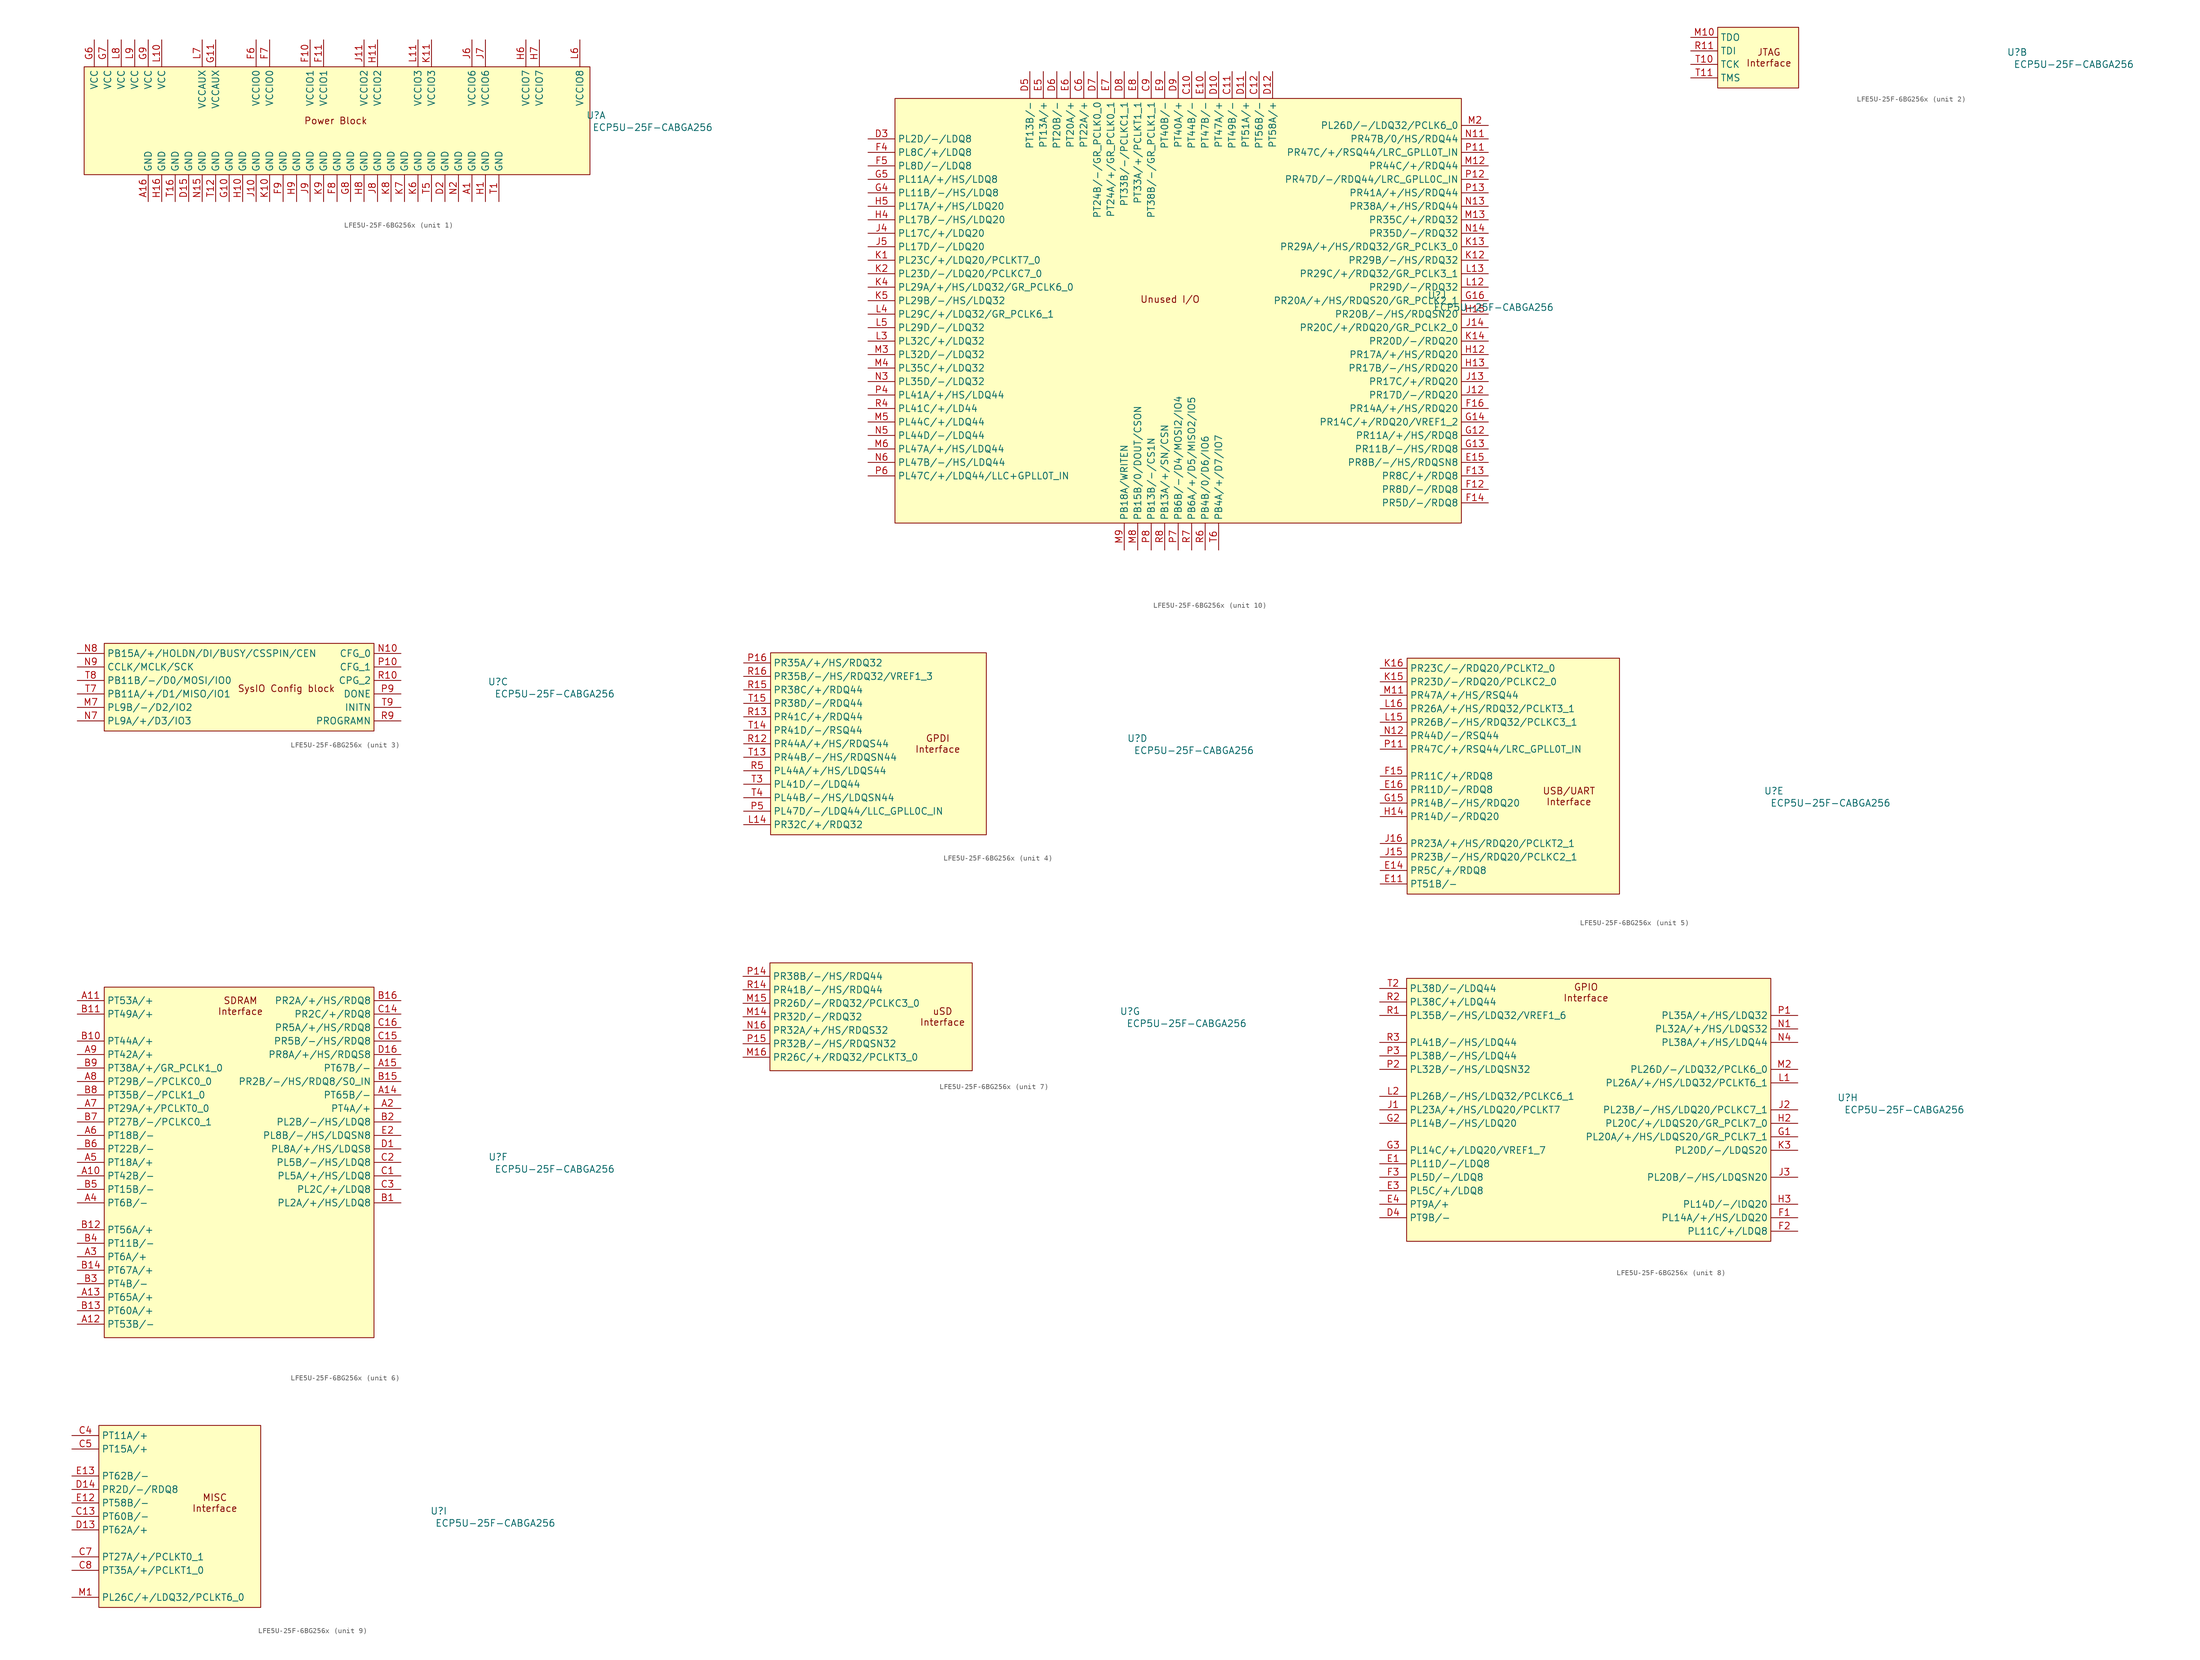
<source format=kicad_sym>
(kicad_symbol_lib
  (version 20241209)
  (generator "kicad_symbol_editor")
  (generator_version "9.0")
  (symbol "LFE5U-25F-6BG256x"
    (property "Reference" "U"
      (at 48.768 1.016 0)
      (effects (font (size 1.27 1.27))))
    (property "Value" "ECP5U-25F-CABGA256"
      (at 59.436 -1.27 0)
      (effects (font (size 1.27 1.27))))
    (property "ki_locked" ""
      (at 0 0 0)
      (effects (font (size 1.27 1.27))))
    (symbol "LFE5U-25F-6BG256x_1_1"
      (rectangle (start -47.625 10.16) (end 47.625 -10.16) (stroke (width 0) (type solid)) (fill (type background)))
      (text "Power Block" (at -0.254 0 0) (effects (font (size 1.27 1.27))))
      (pin power_in line (at -45.72 15.24 270) (length 5.08) (name "VCC" (effects (font (size 1.27 1.27)))) (number "G6" (effects (font (size 1.27 1.27)))))
      (pin power_in line (at -43.18 15.24 270) (length 5.08) (name "VCC" (effects (font (size 1.27 1.27)))) (number "G7" (effects (font (size 1.27 1.27)))))
      (pin power_in line (at -40.64 15.24 270) (length 5.08) (name "VCC" (effects (font (size 1.27 1.27)))) (number "L8" (effects (font (size 1.27 1.27)))))
      (pin power_in line (at -38.1 15.24 270) (length 5.08) (name "VCC" (effects (font (size 1.27 1.27)))) (number "L9" (effects (font (size 1.27 1.27)))))
      (pin power_in line (at -35.56 15.24 270) (length 5.08) (name "VCC" (effects (font (size 1.27 1.27)))) (number "G9" (effects (font (size 1.27 1.27)))))
      (pin power_in line (at -35.56 -15.24 90) (length 5.08) (name "GND" (effects (font (size 1.27 1.27)))) (number "A16" (effects (font (size 1.27 1.27)))))
      (pin power_in line (at -33.02 15.24 270) (length 5.08) (name "VCC" (effects (font (size 1.27 1.27)))) (number "L10" (effects (font (size 1.27 1.27)))))
      (pin power_in line (at -33.02 -15.24 90) (length 5.08) (name "GND" (effects (font (size 1.27 1.27)))) (number "H16" (effects (font (size 1.27 1.27)))))
      (pin power_in line (at -30.48 -15.24 90) (length 5.08) (name "GND" (effects (font (size 1.27 1.27)))) (number "T16" (effects (font (size 1.27 1.27)))))
      (pin power_in line (at -27.94 -15.24 90) (length 5.08) (name "GND" (effects (font (size 1.27 1.27)))) (number "D15" (effects (font (size 1.27 1.27)))))
      (pin power_in line (at -25.4 15.24 270) (length 5.08) (name "VCCAUX" (effects (font (size 1.27 1.27)))) (number "L7" (effects (font (size 1.27 1.27)))))
      (pin power_in line (at -25.4 -15.24 90) (length 5.08) (name "GND" (effects (font (size 1.27 1.27)))) (number "N15" (effects (font (size 1.27 1.27)))))
      (pin power_in line (at -22.86 15.24 270) (length 5.08) (name "VCCAUX" (effects (font (size 1.27 1.27)))) (number "G11" (effects (font (size 1.27 1.27)))))
      (pin power_in line (at -22.86 -15.24 90) (length 5.08) (name "GND" (effects (font (size 1.27 1.27)))) (number "T12" (effects (font (size 1.27 1.27)))))
      (pin power_in line (at -20.32 -15.24 90) (length 5.08) (name "GND" (effects (font (size 1.27 1.27)))) (number "G10" (effects (font (size 1.27 1.27)))))
      (pin power_in line (at -17.78 -15.24 90) (length 5.08) (name "GND" (effects (font (size 1.27 1.27)))) (number "H10" (effects (font (size 1.27 1.27)))))
      (pin power_in line (at -15.24 15.24 270) (length 5.08) (name "VCCIO0" (effects (font (size 1.27 1.27)))) (number "F6" (effects (font (size 1.27 1.27)))))
      (pin power_in line (at -15.24 -15.24 90) (length 5.08) (name "GND" (effects (font (size 1.27 1.27)))) (number "J10" (effects (font (size 1.27 1.27)))))
      (pin power_in line (at -12.7 15.24 270) (length 5.08) (name "VCCIO0" (effects (font (size 1.27 1.27)))) (number "F7" (effects (font (size 1.27 1.27)))))
      (pin power_in line (at -12.7 -15.24 90) (length 5.08) (name "GND" (effects (font (size 1.27 1.27)))) (number "K10" (effects (font (size 1.27 1.27)))))
      (pin power_in line (at -10.16 -15.24 90) (length 5.08) (name "GND" (effects (font (size 1.27 1.27)))) (number "F9" (effects (font (size 1.27 1.27)))))
      (pin power_in line (at -7.62 -15.24 90) (length 5.08) (name "GND" (effects (font (size 1.27 1.27)))) (number "H9" (effects (font (size 1.27 1.27)))))
      (pin power_in line (at -5.08 15.24 270) (length 5.08) (name "VCCIO1" (effects (font (size 1.27 1.27)))) (number "F10" (effects (font (size 1.27 1.27)))))
      (pin power_in line (at -5.08 -15.24 90) (length 5.08) (name "GND" (effects (font (size 1.27 1.27)))) (number "J9" (effects (font (size 1.27 1.27)))))
      (pin power_in line (at -2.54 15.24 270) (length 5.08) (name "VCCIO1" (effects (font (size 1.27 1.27)))) (number "F11" (effects (font (size 1.27 1.27)))))
      (pin power_in line (at -2.54 -15.24 90) (length 5.08) (name "GND" (effects (font (size 1.27 1.27)))) (number "K9" (effects (font (size 1.27 1.27)))))
      (pin power_in line (at 0 -15.24 90) (length 5.08) (name "GND" (effects (font (size 1.27 1.27)))) (number "F8" (effects (font (size 1.27 1.27)))))
      (pin power_in line (at 2.54 -15.24 90) (length 5.08) (name "GND" (effects (font (size 1.27 1.27)))) (number "G8" (effects (font (size 1.27 1.27)))))
      (pin power_in line (at 5.08 15.24 270) (length 5.08) (name "VCCIO2" (effects (font (size 1.27 1.27)))) (number "J11" (effects (font (size 1.27 1.27)))))
      (pin power_in line (at 5.08 -15.24 90) (length 5.08) (name "GND" (effects (font (size 1.27 1.27)))) (number "H8" (effects (font (size 1.27 1.27)))))
      (pin power_in line (at 7.62 15.24 270) (length 5.08) (name "VCCIO2" (effects (font (size 1.27 1.27)))) (number "H11" (effects (font (size 1.27 1.27)))))
      (pin power_in line (at 7.62 -15.24 90) (length 5.08) (name "GND" (effects (font (size 1.27 1.27)))) (number "J8" (effects (font (size 1.27 1.27)))))
      (pin power_in line (at 10.16 -15.24 90) (length 5.08) (name "GND" (effects (font (size 1.27 1.27)))) (number "K8" (effects (font (size 1.27 1.27)))))
      (pin power_in line (at 12.7 -15.24 90) (length 5.08) (name "GND" (effects (font (size 1.27 1.27)))) (number "K7" (effects (font (size 1.27 1.27)))))
      (pin power_in line (at 15.24 15.24 270) (length 5.08) (name "VCCIO3" (effects (font (size 1.27 1.27)))) (number "L11" (effects (font (size 1.27 1.27)))))
      (pin power_in line (at 15.24 -15.24 90) (length 5.08) (name "GND" (effects (font (size 1.27 1.27)))) (number "K6" (effects (font (size 1.27 1.27)))))
      (pin power_in line (at 17.78 15.24 270) (length 5.08) (name "VCCIO3" (effects (font (size 1.27 1.27)))) (number "K11" (effects (font (size 1.27 1.27)))))
      (pin power_in line (at 17.78 -15.24 90) (length 5.08) (name "GND" (effects (font (size 1.27 1.27)))) (number "T5" (effects (font (size 1.27 1.27)))))
      (pin power_in line (at 20.32 -15.24 90) (length 5.08) (name "GND" (effects (font (size 1.27 1.27)))) (number "D2" (effects (font (size 1.27 1.27)))))
      (pin power_in line (at 22.86 -15.24 90) (length 5.08) (name "GND" (effects (font (size 1.27 1.27)))) (number "N2" (effects (font (size 1.27 1.27)))))
      (pin power_in line (at 25.4 15.24 270) (length 5.08) (name "VCCIO6" (effects (font (size 1.27 1.27)))) (number "J6" (effects (font (size 1.27 1.27)))))
      (pin power_in line (at 25.4 -15.24 90) (length 5.08) (name "GND" (effects (font (size 1.27 1.27)))) (number "A1" (effects (font (size 1.27 1.27)))))
      (pin power_in line (at 27.94 15.24 270) (length 5.08) (name "VCCIO6" (effects (font (size 1.27 1.27)))) (number "J7" (effects (font (size 1.27 1.27)))))
      (pin power_in line (at 27.94 -15.24 90) (length 5.08) (name "GND" (effects (font (size 1.27 1.27)))) (number "H1" (effects (font (size 1.27 1.27)))))
      (pin power_in line (at 30.48 -15.24 90) (length 5.08) (name "GND" (effects (font (size 1.27 1.27)))) (number "T1" (effects (font (size 1.27 1.27)))))
      (pin power_in line (at 35.56 15.24 270) (length 5.08) (name "VCCIO7" (effects (font (size 1.27 1.27)))) (number "H6" (effects (font (size 1.27 1.27)))))
      (pin power_in line (at 38.1 15.24 270) (length 5.08) (name "VCCIO7" (effects (font (size 1.27 1.27)))) (number "H7" (effects (font (size 1.27 1.27)))))
      (pin power_in line (at 45.72 15.24 270) (length 5.08) (name "VCCIO8" (effects (font (size 1.27 1.27)))) (number "L6" (effects (font (size 1.27 1.27))))))
    (symbol "LFE5U-25F-6BG256x_2_1"
      (rectangle (start -7.62 5.715) (end 7.62 -5.715) (stroke (width 0) (type solid)) (fill (type background)))
      (text "JTAG\nInterface" (at 2.032 0 0) (effects (font (size 1.27 1.27))))
      (pin output line (at -12.7 3.81 0) (length 5.08) (name "TDO" (effects (font (size 1.27 1.27)))) (number "M10" (effects (font (size 1.27 1.27)))))
      (pin input line (at -12.7 1.27 0) (length 5.08) (name "TDI" (effects (font (size 1.27 1.27)))) (number "R11" (effects (font (size 1.27 1.27)))))
      (pin input line (at -12.7 -1.27 0) (length 5.08) (name "TCK" (effects (font (size 1.27 1.27)))) (number "T10" (effects (font (size 1.27 1.27)))))
      (pin input line (at -12.7 -3.81 0) (length 5.08) (name "TMS" (effects (font (size 1.27 1.27)))) (number "T11" (effects (font (size 1.27 1.27))))))
    (symbol "LFE5U-25F-6BG256x_3_1"
      (rectangle (start -25.4 8.255) (end 25.4 -8.255) (stroke (width 0) (type solid)) (fill (type background)))
      (text "SysIO Config block" (at 8.89 -0.254 0) (effects (font (size 1.27 1.27))))
      (pin bidirectional line (at -30.48 6.35 0) (length 5.08) (name "PB15A/+/HOLDN/DI/BUSY/CSSPIN/CEN" (effects (font (size 1.27 1.27)))) (number "N8" (effects (font (size 1.27 1.27)))))
      (pin bidirectional line (at -30.48 3.81 0) (length 5.08) (name "CCLK/MCLK/SCK" (effects (font (size 1.27 1.27)))) (number "N9" (effects (font (size 1.27 1.27)))))
      (pin bidirectional line (at -30.48 1.27 0) (length 5.08) (name "PB11B/-/D0/MOSI/IO0" (effects (font (size 1.27 1.27)))) (number "T8" (effects (font (size 1.27 1.27)))))
      (pin bidirectional line (at -30.48 -1.27 0) (length 5.08) (name "PB11A/+/D1/MISO/IO1" (effects (font (size 1.27 1.27)))) (number "T7" (effects (font (size 1.27 1.27)))))
      (pin bidirectional line (at -30.48 -3.81 0) (length 5.08) (name "PL9B/-/D2/IO2" (effects (font (size 1.27 1.27)))) (number "M7" (effects (font (size 1.27 1.27)))))
      (pin bidirectional line (at -30.48 -6.35 0) (length 5.08) (name "PL9A/+/D3/IO3" (effects (font (size 1.27 1.27)))) (number "N7" (effects (font (size 1.27 1.27)))))
      (pin input line (at 30.48 6.35 180) (length 5.08) (name "CFG_0" (effects (font (size 1.27 1.27)))) (number "N10" (effects (font (size 1.27 1.27)))))
      (pin input line (at 30.48 3.81 180) (length 5.08) (name "CFG_1" (effects (font (size 1.27 1.27)))) (number "P10" (effects (font (size 1.27 1.27)))))
      (pin input line (at 30.48 1.27 180) (length 5.08) (name "CPG_2" (effects (font (size 1.27 1.27)))) (number "R10" (effects (font (size 1.27 1.27)))))
      (pin output line (at 30.48 -1.27 180) (length 5.08) (name "DONE" (effects (font (size 1.27 1.27)))) (number "P9" (effects (font (size 1.27 1.27)))))
      (pin bidirectional line (at 30.48 -3.81 180) (length 5.08) (name "INITN" (effects (font (size 1.27 1.27)))) (number "T9" (effects (font (size 1.27 1.27)))))
      (pin bidirectional line (at 30.48 -6.35 180) (length 5.08) (name "PROGRAMN" (effects (font (size 1.27 1.27)))) (number "R9" (effects (font (size 1.27 1.27))))))
    (symbol "LFE5U-25F-6BG256x_4_1"
      (rectangle (start -20.32 17.145) (end 20.32 -17.145) (stroke (width 0) (type solid)) (fill (type background)))
      (text "GPDI\nInterface" (at 11.176 0 0) (effects (font (size 1.27 1.27))))
      (pin bidirectional line (at -25.4 15.24 0) (length 5.08) (name "PR35A/+/HS/RDQ32" (effects (font (size 1.27 1.27)))) (number "P16" (effects (font (size 1.27 1.27)))))
      (pin bidirectional line (at -25.4 12.7 0) (length 5.08) (name "PR35B/-/HS/RDQ32/VREF1_3" (effects (font (size 1.27 1.27)))) (number "R16" (effects (font (size 1.27 1.27)))))
      (pin bidirectional line (at -25.4 10.16 0) (length 5.08) (name "PR38C/+/RDQ44" (effects (font (size 1.27 1.27)))) (number "R15" (effects (font (size 1.27 1.27)))))
      (pin bidirectional line (at -25.4 7.62 0) (length 5.08) (name "PR38D/-/RDQ44" (effects (font (size 1.27 1.27)))) (number "T15" (effects (font (size 1.27 1.27)))))
      (pin bidirectional line (at -25.4 5.08 0) (length 5.08) (name "PR41C/+/RDQ44" (effects (font (size 1.27 1.27)))) (number "R13" (effects (font (size 1.27 1.27)))))
      (pin bidirectional line (at -25.4 2.54 0) (length 5.08) (name "PR41D/-/RSQ44" (effects (font (size 1.27 1.27)))) (number "T14" (effects (font (size 1.27 1.27)))))
      (pin bidirectional line (at -25.4 0 0) (length 5.08) (name "PR44A/+/HS/RDQS44" (effects (font (size 1.27 1.27)))) (number "R12" (effects (font (size 1.27 1.27)))))
      (pin bidirectional line (at -25.4 -2.54 0) (length 5.08) (name "PR44B/-/HS/RDQSN44" (effects (font (size 1.27 1.27)))) (number "T13" (effects (font (size 1.27 1.27)))))
      (pin bidirectional line (at -25.4 -5.08 0) (length 5.08) (name "PL44A/+/HS/LDQS44" (effects (font (size 1.27 1.27)))) (number "R5" (effects (font (size 1.27 1.27)))))
      (pin bidirectional line (at -25.4 -7.62 0) (length 5.08) (name "PL41D/-/LDQ44" (effects (font (size 1.27 1.27)))) (number "T3" (effects (font (size 1.27 1.27)))))
      (pin bidirectional line (at -25.4 -10.16 0) (length 5.08) (name "PL44B/-/HS/LDQSN44" (effects (font (size 1.27 1.27)))) (number "T4" (effects (font (size 1.27 1.27)))))
      (pin bidirectional line (at -25.4 -12.7 0) (length 5.08) (name "PL47D/-/LDQ44/LLC_GPLL0C_IN" (effects (font (size 1.27 1.27)))) (number "P5" (effects (font (size 1.27 1.27)))))
      (pin bidirectional line (at -25.4 -15.24 0) (length 5.08) (name "PR32C/+/RDQ32" (effects (font (size 1.27 1.27)))) (number "L14" (effects (font (size 1.27 1.27))))))
    (symbol "LFE5U-25F-6BG256x_5_1"
      (rectangle (start -20.32 26.035) (end 19.685 -18.415) (stroke (width 0) (type solid)) (fill (type background)))
      (text "USB/UART\nInterface" (at 10.16 0 0) (effects (font (size 1.27 1.27))))
      (pin bidirectional line (at -25.4 24.13 0) (length 5.08) (name "PR23C/-/RDQ20/PCLKT2_0" (effects (font (size 1.27 1.27)))) (number "K16" (effects (font (size 1.27 1.27)))))
      (pin bidirectional line (at -25.4 21.59 0) (length 5.08) (name "PR23D/-/RDQ20/PCLKC2_0" (effects (font (size 1.27 1.27)))) (number "K15" (effects (font (size 1.27 1.27)))))
      (pin bidirectional line (at -25.4 19.05 0) (length 5.08) (name "PR47A/+/HS/RSQ44" (effects (font (size 1.27 1.27)))) (number "M11" (effects (font (size 1.27 1.27)))))
      (pin bidirectional line (at -25.4 16.51 0) (length 5.08) (name "PR26A/+/HS/RDQ32/PCLKT3_1" (effects (font (size 1.27 1.27)))) (number "L16" (effects (font (size 1.27 1.27)))))
      (pin bidirectional line (at -25.4 13.97 0) (length 5.08) (name "PR26B/-/HS/RDQ32/PCLKC3_1" (effects (font (size 1.27 1.27)))) (number "L15" (effects (font (size 1.27 1.27)))))
      (pin bidirectional line (at -25.4 11.43 0) (length 5.08) (name "PR44D/-/RSQ44" (effects (font (size 1.27 1.27)))) (number "N12" (effects (font (size 1.27 1.27)))))
      (pin bidirectional line (at -25.4 8.89 0) (length 5.08) (name "PR47C/+/RSQ44/LRC_GPLL0T_IN" (effects (font (size 1.27 1.27)))) (number "P11" (effects (font (size 1.27 1.27)))))
      (pin bidirectional line (at -25.4 3.81 0) (length 5.08) (name "PR11C/+/RDQ8" (effects (font (size 1.27 1.27)))) (number "F15" (effects (font (size 1.27 1.27)))))
      (pin bidirectional line (at -25.4 1.27 0) (length 5.08) (name "PR11D/-/RDQ8" (effects (font (size 1.27 1.27)))) (number "E16" (effects (font (size 1.27 1.27)))))
      (pin bidirectional line (at -25.4 -1.27 0) (length 5.08) (name "PR14B/-/HS/RDQ20" (effects (font (size 1.27 1.27)))) (number "G15" (effects (font (size 1.27 1.27)))))
      (pin bidirectional line (at -25.4 -3.81 0) (length 5.08) (name "PR14D/-/RDQ20" (effects (font (size 1.27 1.27)))) (number "H14" (effects (font (size 1.27 1.27)))))
      (pin bidirectional line (at -25.4 -8.89 0) (length 5.08) (name "PR23A/+/HS/RDQ20/PCLKT2_1" (effects (font (size 1.27 1.27)))) (number "J16" (effects (font (size 1.27 1.27)))))
      (pin bidirectional line (at -25.4 -11.43 0) (length 5.08) (name "PR23B/-/HS/RDQ20/PCLKC2_1" (effects (font (size 1.27 1.27)))) (number "J15" (effects (font (size 1.27 1.27)))))
      (pin bidirectional line (at -25.4 -13.97 0) (length 5.08) (name "PR5C/+/RDQ8" (effects (font (size 1.27 1.27)))) (number "E14" (effects (font (size 1.27 1.27)))))
      (pin bidirectional line (at -25.4 -16.51 0) (length 5.08) (name "PT51B/-" (effects (font (size 1.27 1.27)))) (number "E11" (effects (font (size 1.27 1.27))))))
    (symbol "LFE5U-25F-6BG256x_6_1"
      (rectangle (start -25.4 33.02) (end 25.4 -33.02) (stroke (width 0) (type solid)) (fill (type background)))
      (text "SDRAM\nInterface" (at 0.254 29.464 0) (effects (font (size 1.27 1.27))))
      (pin bidirectional line (at -30.48 30.48 0) (length 5.08) (name "PT53A/+" (effects (font (size 1.27 1.27)))) (number "A11" (effects (font (size 1.27 1.27)))))
      (pin bidirectional line (at -30.48 27.94 0) (length 5.08) (name "PT49A/+" (effects (font (size 1.27 1.27)))) (number "B11" (effects (font (size 1.27 1.27)))))
      (pin bidirectional line (at -30.48 22.86 0) (length 5.08) (name "PT44A/+" (effects (font (size 1.27 1.27)))) (number "B10" (effects (font (size 1.27 1.27)))))
      (pin bidirectional line (at -30.48 20.32 0) (length 5.08) (name "PT42A/+" (effects (font (size 1.27 1.27)))) (number "A9" (effects (font (size 1.27 1.27)))))
      (pin bidirectional line (at -30.48 17.78 0) (length 5.08) (name "PT38A/+/GR_PCLK1_0" (effects (font (size 1.27 1.27)))) (number "B9" (effects (font (size 1.27 1.27)))))
      (pin bidirectional line (at -30.48 15.24 0) (length 5.08) (name "PT29B/-/PCLKC0_0" (effects (font (size 1.27 1.27)))) (number "A8" (effects (font (size 1.27 1.27)))))
      (pin bidirectional line (at -30.48 12.7 0) (length 5.08) (name "PT35B/-/PCLK1_0" (effects (font (size 1.27 1.27)))) (number "B8" (effects (font (size 1.27 1.27)))))
      (pin bidirectional line (at -30.48 10.16 0) (length 5.08) (name "PT29A/+/PCLKT0_0" (effects (font (size 1.27 1.27)))) (number "A7" (effects (font (size 1.27 1.27)))))
      (pin bidirectional line (at -30.48 7.62 0) (length 5.08) (name "PT27B/-/PCLKC0_1" (effects (font (size 1.27 1.27)))) (number "B7" (effects (font (size 1.27 1.27)))))
      (pin bidirectional line (at -30.48 5.08 0) (length 5.08) (name "PT18B/-" (effects (font (size 1.27 1.27)))) (number "A6" (effects (font (size 1.27 1.27)))))
      (pin bidirectional line (at -30.48 2.54 0) (length 5.08) (name "PT22B/-" (effects (font (size 1.27 1.27)))) (number "B6" (effects (font (size 1.27 1.27)))))
      (pin bidirectional line (at -30.48 0 0) (length 5.08) (name "PT18A/+" (effects (font (size 1.27 1.27)))) (number "A5" (effects (font (size 1.27 1.27)))))
      (pin bidirectional line (at -30.48 -2.54 0) (length 5.08) (name "PT42B/-" (effects (font (size 1.27 1.27)))) (number "A10" (effects (font (size 1.27 1.27)))))
      (pin bidirectional line (at -30.48 -5.08 0) (length 5.08) (name "PT15B/-" (effects (font (size 1.27 1.27)))) (number "B5" (effects (font (size 1.27 1.27)))))
      (pin bidirectional line (at -30.48 -7.62 0) (length 5.08) (name "PT6B/-" (effects (font (size 1.27 1.27)))) (number "A4" (effects (font (size 1.27 1.27)))))
      (pin bidirectional line (at -30.48 -12.7 0) (length 5.08) (name "PT56A/+" (effects (font (size 1.27 1.27)))) (number "B12" (effects (font (size 1.27 1.27)))))
      (pin bidirectional line (at -30.48 -15.24 0) (length 5.08) (name "PT11B/-" (effects (font (size 1.27 1.27)))) (number "B4" (effects (font (size 1.27 1.27)))))
      (pin bidirectional line (at -30.48 -17.78 0) (length 5.08) (name "PT6A/+" (effects (font (size 1.27 1.27)))) (number "A3" (effects (font (size 1.27 1.27)))))
      (pin bidirectional line (at -30.48 -20.32 0) (length 5.08) (name "PT67A/+" (effects (font (size 1.27 1.27)))) (number "B14" (effects (font (size 1.27 1.27)))))
      (pin bidirectional line (at -30.48 -22.86 0) (length 5.08) (name "PT4B/-" (effects (font (size 1.27 1.27)))) (number "B3" (effects (font (size 1.27 1.27)))))
      (pin bidirectional line (at -30.48 -25.4 0) (length 5.08) (name "PT65A/+" (effects (font (size 1.27 1.27)))) (number "A13" (effects (font (size 1.27 1.27)))))
      (pin bidirectional line (at -30.48 -27.94 0) (length 5.08) (name "PT60A/+" (effects (font (size 1.27 1.27)))) (number "B13" (effects (font (size 1.27 1.27)))))
      (pin bidirectional line (at -30.48 -30.48 0) (length 5.08) (name "PT53B/-" (effects (font (size 1.27 1.27)))) (number "A12" (effects (font (size 1.27 1.27)))))
      (pin bidirectional line (at 30.48 30.48 180) (length 5.08) (name "PR2A/+/HS/RDQ8" (effects (font (size 1.27 1.27)))) (number "B16" (effects (font (size 1.27 1.27)))))
      (pin bidirectional line (at 30.48 27.94 180) (length 5.08) (name "PR2C/+/RDQ8" (effects (font (size 1.27 1.27)))) (number "C14" (effects (font (size 1.27 1.27)))))
      (pin bidirectional line (at 30.48 25.4 180) (length 5.08) (name "PR5A/+/HS/RDQ8" (effects (font (size 1.27 1.27)))) (number "C16" (effects (font (size 1.27 1.27)))))
      (pin bidirectional line (at 30.48 22.86 180) (length 5.08) (name "PR5B/-/HS/RDQ8" (effects (font (size 1.27 1.27)))) (number "C15" (effects (font (size 1.27 1.27)))))
      (pin bidirectional line (at 30.48 20.32 180) (length 5.08) (name "PR8A/+/HS/RDQS8" (effects (font (size 1.27 1.27)))) (number "D16" (effects (font (size 1.27 1.27)))))
      (pin bidirectional line (at 30.48 17.78 180) (length 5.08) (name "PT67B/-" (effects (font (size 1.27 1.27)))) (number "A15" (effects (font (size 1.27 1.27)))))
      (pin bidirectional line (at 30.48 15.24 180) (length 5.08) (name "PR2B/-/HS/RDQ8/S0_IN" (effects (font (size 1.27 1.27)))) (number "B15" (effects (font (size 1.27 1.27)))))
      (pin bidirectional line (at 30.48 12.7 180) (length 5.08) (name "PT65B/-" (effects (font (size 1.27 1.27)))) (number "A14" (effects (font (size 1.27 1.27)))))
      (pin bidirectional line (at 30.48 10.16 180) (length 5.08) (name "PT4A/+" (effects (font (size 1.27 1.27)))) (number "A2" (effects (font (size 1.27 1.27)))))
      (pin bidirectional line (at 30.48 7.62 180) (length 5.08) (name "PL2B/-/HS/LDQ8" (effects (font (size 1.27 1.27)))) (number "B2" (effects (font (size 1.27 1.27)))))
      (pin bidirectional line (at 30.48 5.08 180) (length 5.08) (name "PL8B/-/HS/LDQSN8" (effects (font (size 1.27 1.27)))) (number "E2" (effects (font (size 1.27 1.27)))))
      (pin bidirectional line (at 30.48 2.54 180) (length 5.08) (name "PL8A/+/HS/LDQS8" (effects (font (size 1.27 1.27)))) (number "D1" (effects (font (size 1.27 1.27)))))
      (pin bidirectional line (at 30.48 0 180) (length 5.08) (name "PL5B/-/HS/LDQ8" (effects (font (size 1.27 1.27)))) (number "C2" (effects (font (size 1.27 1.27)))))
      (pin bidirectional line (at 30.48 -2.54 180) (length 5.08) (name "PL5A/+/HS/LDQ8" (effects (font (size 1.27 1.27)))) (number "C1" (effects (font (size 1.27 1.27)))))
      (pin bidirectional line (at 30.48 -5.08 180) (length 5.08) (name "PL2C/+/LDQ8" (effects (font (size 1.27 1.27)))) (number "C3" (effects (font (size 1.27 1.27)))))
      (pin bidirectional line (at 30.48 -7.62 180) (length 5.08) (name "PL2A/+/HS/LDQ8" (effects (font (size 1.27 1.27)))) (number "B1" (effects (font (size 1.27 1.27))))))
    (symbol "LFE5U-25F-6BG256x_7_1"
      (rectangle (start -19.05 10.16) (end 19.05 -10.16) (stroke (width 0) (type solid)) (fill (type background)))
      (text "uSD\nInterface" (at 13.462 0 0) (effects (font (size 1.27 1.27))))
      (pin bidirectional line (at -24.13 7.62 0) (length 5.08) (name "PR38B/-/HS/RDQ44" (effects (font (size 1.27 1.27)))) (number "P14" (effects (font (size 1.27 1.27)))))
      (pin bidirectional line (at -24.13 5.08 0) (length 5.08) (name "PR41B/-/HS/RDQ44" (effects (font (size 1.27 1.27)))) (number "R14" (effects (font (size 1.27 1.27)))))
      (pin bidirectional line (at -24.13 2.54 0) (length 5.08) (name "PR26D/-/RDQ32/PCLKC3_0" (effects (font (size 1.27 1.27)))) (number "M15" (effects (font (size 1.27 1.27)))))
      (pin bidirectional line (at -24.13 0 0) (length 5.08) (name "PR32D/-/RDQ32" (effects (font (size 1.27 1.27)))) (number "M14" (effects (font (size 1.27 1.27)))))
      (pin bidirectional line (at -24.13 -2.54 0) (length 5.08) (name "PR32A/+/HS/RDQS32" (effects (font (size 1.27 1.27)))) (number "N16" (effects (font (size 1.27 1.27)))))
      (pin bidirectional line (at -24.13 -5.08 0) (length 5.08) (name "PR32B/-/HS/RDQSN32" (effects (font (size 1.27 1.27)))) (number "P15" (effects (font (size 1.27 1.27)))))
      (pin bidirectional line (at -24.13 -7.62 0) (length 5.08) (name "PR26C/+/RDQ32/PCLKT3_0" (effects (font (size 1.27 1.27)))) (number "M16" (effects (font (size 1.27 1.27))))))
    (symbol "LFE5U-25F-6BG256x_8_1"
      (rectangle (start -34.29 23.495) (end 34.29 -26.035) (stroke (width 0) (type solid)) (fill (type background)))
      (text "GPIO\nInterface" (at -0.508 20.828 0) (effects (font (size 1.27 1.27))))
      (pin bidirectional line (at -39.37 21.59 0) (length 5.08) (name "PL38D/-/LDQ44" (effects (font (size 1.27 1.27)))) (number "T2" (effects (font (size 1.27 1.27)))))
      (pin bidirectional line (at -39.37 19.05 0) (length 5.08) (name "PL38C/+/LDQ44" (effects (font (size 1.27 1.27)))) (number "R2" (effects (font (size 1.27 1.27)))))
      (pin bidirectional line (at -39.37 16.51 0) (length 5.08) (name "PL35B/-/HS/LDQ32/VREF1_6" (effects (font (size 1.27 1.27)))) (number "R1" (effects (font (size 1.27 1.27)))))
      (pin bidirectional line (at -39.37 11.43 0) (length 5.08) (name "PL41B/-/HS/LDQ44" (effects (font (size 1.27 1.27)))) (number "R3" (effects (font (size 1.27 1.27)))))
      (pin bidirectional line (at -39.37 8.89 0) (length 5.08) (name "PL38B/-/HS/LDQ44" (effects (font (size 1.27 1.27)))) (number "P3" (effects (font (size 1.27 1.27)))))
      (pin bidirectional line (at -39.37 6.35 0) (length 5.08) (name "PL32B/-/HS/LDQSN32" (effects (font (size 1.27 1.27)))) (number "P2" (effects (font (size 1.27 1.27)))))
      (pin bidirectional line (at -39.37 1.27 0) (length 5.08) (name "PL26B/-/HS/LDQ32/PCLKC6_1" (effects (font (size 1.27 1.27)))) (number "L2" (effects (font (size 1.27 1.27)))))
      (pin bidirectional line (at -39.37 -1.27 0) (length 5.08) (name "PL23A/+/HS/LDQ20/PCLKT7" (effects (font (size 1.27 1.27)))) (number "J1" (effects (font (size 1.27 1.27)))))
      (pin bidirectional line (at -39.37 -3.81 0) (length 5.08) (name "PL14B/-/HS/LDQ20" (effects (font (size 1.27 1.27)))) (number "G2" (effects (font (size 1.27 1.27)))))
      (pin bidirectional line (at -39.37 -8.89 0) (length 5.08) (name "PL14C/+/LDQ20/VREF1_7" (effects (font (size 1.27 1.27)))) (number "G3" (effects (font (size 1.27 1.27)))))
      (pin bidirectional line (at -39.37 -11.43 0) (length 5.08) (name "PL11D/-/LDQ8" (effects (font (size 1.27 1.27)))) (number "E1" (effects (font (size 1.27 1.27)))))
      (pin bidirectional line (at -39.37 -13.97 0) (length 5.08) (name "PL5D/-/LDQ8" (effects (font (size 1.27 1.27)))) (number "F3" (effects (font (size 1.27 1.27)))))
      (pin bidirectional line (at -39.37 -16.51 0) (length 5.08) (name "PL5C/+/LDQ8" (effects (font (size 1.27 1.27)))) (number "E3" (effects (font (size 1.27 1.27)))))
      (pin bidirectional line (at -39.37 -19.05 0) (length 5.08) (name "PT9A/+" (effects (font (size 1.27 1.27)))) (number "E4" (effects (font (size 1.27 1.27)))))
      (pin bidirectional line (at -39.37 -21.59 0) (length 5.08) (name "PT9B/-" (effects (font (size 1.27 1.27)))) (number "D4" (effects (font (size 1.27 1.27)))))
      (pin bidirectional line (at 39.37 16.51 180) (length 5.08) (name "PL35A/+/HS/LDQ32" (effects (font (size 1.27 1.27)))) (number "P1" (effects (font (size 1.27 1.27)))))
      (pin bidirectional line (at 39.37 13.97 180) (length 5.08) (name "PL32A/+/HS/LDQS32" (effects (font (size 1.27 1.27)))) (number "N1" (effects (font (size 1.27 1.27)))))
      (pin bidirectional line (at 39.37 11.43 180) (length 5.08) (name "PL38A/+/HS/LDQ44" (effects (font (size 1.27 1.27)))) (number "N4" (effects (font (size 1.27 1.27)))))
      (pin bidirectional line (at 39.37 6.35 180) (length 5.08) (name "PL26D/-/LDQ32/PCLK6_0" (effects (font (size 1.27 1.27)))) (number "M2" (effects (font (size 1.27 1.27)))))
      (pin bidirectional line (at 39.37 3.81 180) (length 5.08) (name "PL26A/+/HS/LDQ32/PCLKT6_1" (effects (font (size 1.27 1.27)))) (number "L1" (effects (font (size 1.27 1.27)))))
      (pin bidirectional line (at 39.37 -1.27 180) (length 5.08) (name "PL23B/-/HS/LDQ20/PCLKC7_1" (effects (font (size 1.27 1.27)))) (number "J2" (effects (font (size 1.27 1.27)))))
      (pin bidirectional line (at 39.37 -3.81 180) (length 5.08) (name "PL20C/+/LDQS20/GR_PCLK7_0" (effects (font (size 1.27 1.27)))) (number "H2" (effects (font (size 1.27 1.27)))))
      (pin bidirectional line (at 39.37 -6.35 180) (length 5.08) (name "PL20A/+/HS/LDQS20/GR_PCLK7_1" (effects (font (size 1.27 1.27)))) (number "G1" (effects (font (size 1.27 1.27)))))
      (pin bidirectional line (at 39.37 -8.89 180) (length 5.08) (name "PL20D/-/LDQS20" (effects (font (size 1.27 1.27)))) (number "K3" (effects (font (size 1.27 1.27)))))
      (pin bidirectional line (at 39.37 -13.97 180) (length 5.08) (name "PL20B/-/HS/LDQSN20" (effects (font (size 1.27 1.27)))) (number "J3" (effects (font (size 1.27 1.27)))))
      (pin bidirectional line (at 39.37 -19.05 180) (length 5.08) (name "PL14D/-/lDQ20" (effects (font (size 1.27 1.27)))) (number "H3" (effects (font (size 1.27 1.27)))))
      (pin bidirectional line (at 39.37 -21.59 180) (length 5.08) (name "PL14A/+/HS/LDQ20" (effects (font (size 1.27 1.27)))) (number "F1" (effects (font (size 1.27 1.27)))))
      (pin bidirectional line (at 39.37 -24.13 180) (length 5.08) (name "PL11C/+/LDQ8" (effects (font (size 1.27 1.27)))) (number "F2" (effects (font (size 1.27 1.27))))))
    (symbol "LFE5U-25F-6BG256x_9_1"
      (rectangle (start -15.24 17.145) (end 15.24 -17.145) (stroke (width 0) (type solid)) (fill (type background)))
      (text "MISC\nInterface" (at 6.604 2.54 0) (effects (font (size 1.27 1.27))))
      (pin bidirectional line (at -20.32 15.24 0) (length 5.08) (name "PT11A/+" (effects (font (size 1.27 1.27)))) (number "C4" (effects (font (size 1.27 1.27)))))
      (pin bidirectional line (at -20.32 12.7 0) (length 5.08) (name "PT15A/+" (effects (font (size 1.27 1.27)))) (number "C5" (effects (font (size 1.27 1.27)))))
      (pin bidirectional line (at -20.32 7.62 0) (length 5.08) (name "PT62B/-" (effects (font (size 1.27 1.27)))) (number "E13" (effects (font (size 1.27 1.27)))))
      (pin bidirectional line (at -20.32 5.08 0) (length 5.08) (name "PR2D/-/RDQ8" (effects (font (size 1.27 1.27)))) (number "D14" (effects (font (size 1.27 1.27)))))
      (pin bidirectional line (at -20.32 2.54 0) (length 5.08) (name "PT58B/-" (effects (font (size 1.27 1.27)))) (number "E12" (effects (font (size 1.27 1.27)))))
      (pin bidirectional line (at -20.32 0 0) (length 5.08) (name "PT60B/-" (effects (font (size 1.27 1.27)))) (number "C13" (effects (font (size 1.27 1.27)))))
      (pin bidirectional line (at -20.32 -2.54 0) (length 5.08) (name "PT62A/+" (effects (font (size 1.27 1.27)))) (number "D13" (effects (font (size 1.27 1.27)))))
      (pin bidirectional line (at -20.32 -7.62 0) (length 5.08) (name "PT27A/+/PCLKT0_1" (effects (font (size 1.27 1.27)))) (number "C7" (effects (font (size 1.27 1.27)))))
      (pin bidirectional line (at -20.32 -10.16 0) (length 5.08) (name "PT35A/+/PCLKT1_0" (effects (font (size 1.27 1.27)))) (number "C8" (effects (font (size 1.27 1.27)))))
      (pin bidirectional line (at -20.32 -15.24 0) (length 5.08) (name "PL26C/+/LDQ32/PCLKT6_0" (effects (font (size 1.27 1.27)))) (number "M1" (effects (font (size 1.27 1.27))))))
    (symbol "LFE5U-25F-6BG256x_10_1"
      (rectangle (start -53.34 38.1) (end 53.34 -41.91) (stroke (width 0) (type solid)) (fill (type background)))
      (text "Unused I/O" (at -1.524 0.254 0) (effects (font (size 1.27 1.27))))
      (pin bidirectional line (at -58.42 30.48 0) (length 5.08) (name "PL2D/-/LDQ8" (effects (font (size 1.27 1.27)))) (number "D3" (effects (font (size 1.27 1.27)))))
      (pin bidirectional line (at -58.42 27.94 0) (length 5.08) (name "PL8C/+/LDQ8" (effects (font (size 1.27 1.27)))) (number "F4" (effects (font (size 1.27 1.27)))))
      (pin bidirectional line (at -58.42 25.4 0) (length 5.08) (name "PL8D/-/LDQ8" (effects (font (size 1.27 1.27)))) (number "F5" (effects (font (size 1.27 1.27)))))
      (pin bidirectional line (at -58.42 22.86 0) (length 5.08) (name "PL11A/+/HS/LDQ8" (effects (font (size 1.27 1.27)))) (number "G5" (effects (font (size 1.27 1.27)))))
      (pin bidirectional line (at -58.42 20.32 0) (length 5.08) (name "PL11B/-/HS/LDQ8" (effects (font (size 1.27 1.27)))) (number "G4" (effects (font (size 1.27 1.27)))))
      (pin bidirectional line (at -58.42 17.78 0) (length 5.08) (name "PL17A/+/HS/LDQ20" (effects (font (size 1.27 1.27)))) (number "H5" (effects (font (size 1.27 1.27)))))
      (pin bidirectional line (at -58.42 15.24 0) (length 5.08) (name "PL17B/-/HS/LDQ20" (effects (font (size 1.27 1.27)))) (number "H4" (effects (font (size 1.27 1.27)))))
      (pin bidirectional line (at -58.42 12.7 0) (length 5.08) (name "PL17C/+/LDQ20" (effects (font (size 1.27 1.27)))) (number "J4" (effects (font (size 1.27 1.27)))))
      (pin bidirectional line (at -58.42 10.16 0) (length 5.08) (name "PL17D/-/LDQ20" (effects (font (size 1.27 1.27)))) (number "J5" (effects (font (size 1.27 1.27)))))
      (pin bidirectional line (at -58.42 7.62 0) (length 5.08) (name "PL23C/+/LDQ20/PCLKT7_0" (effects (font (size 1.27 1.27)))) (number "K1" (effects (font (size 1.27 1.27)))))
      (pin bidirectional line (at -58.42 5.08 0) (length 5.08) (name "PL23D/-/LDQ20/PCLKC7_0" (effects (font (size 1.27 1.27)))) (number "K2" (effects (font (size 1.27 1.27)))))
      (pin bidirectional line (at -58.42 2.54 0) (length 5.08) (name "PL29A/+/HS/LDQ32/GR_PCLK6_0" (effects (font (size 1.27 1.27)))) (number "K4" (effects (font (size 1.27 1.27)))))
      (pin bidirectional line (at -58.42 0 0) (length 5.08) (name "PL29B/-/HS/LDQ32" (effects (font (size 1.27 1.27)))) (number "K5" (effects (font (size 1.27 1.27)))))
      (pin bidirectional line (at -58.42 -2.54 0) (length 5.08) (name "PL29C/+/LDQ32/GR_PCLK6_1" (effects (font (size 1.27 1.27)))) (number "L4" (effects (font (size 1.27 1.27)))))
      (pin bidirectional line (at -58.42 -5.08 0) (length 5.08) (name "PL29D/-/LDQ32" (effects (font (size 1.27 1.27)))) (number "L5" (effects (font (size 1.27 1.27)))))
      (pin bidirectional line (at -58.42 -7.62 0) (length 5.08) (name "PL32C/+/LDQ32" (effects (font (size 1.27 1.27)))) (number "L3" (effects (font (size 1.27 1.27)))))
      (pin bidirectional line (at -58.42 -10.16 0) (length 5.08) (name "PL32D/-/LDQ32" (effects (font (size 1.27 1.27)))) (number "M3" (effects (font (size 1.27 1.27)))))
      (pin bidirectional line (at -58.42 -12.7 0) (length 5.08) (name "PL35C/+/LDQ32" (effects (font (size 1.27 1.27)))) (number "M4" (effects (font (size 1.27 1.27)))))
      (pin bidirectional line (at -58.42 -15.24 0) (length 5.08) (name "PL35D/-/LDQ32" (effects (font (size 1.27 1.27)))) (number "N3" (effects (font (size 1.27 1.27)))))
      (pin bidirectional line (at -58.42 -17.78 0) (length 5.08) (name "PL41A/+/HS/LDQ44" (effects (font (size 1.27 1.27)))) (number "P4" (effects (font (size 1.27 1.27)))))
      (pin bidirectional line (at -58.42 -20.32 0) (length 5.08) (name "PL41C/+/LD44" (effects (font (size 1.27 1.27)))) (number "R4" (effects (font (size 1.27 1.27)))))
      (pin bidirectional line (at -58.42 -22.86 0) (length 5.08) (name "PL44C/+/LDQ44" (effects (font (size 1.27 1.27)))) (number "M5" (effects (font (size 1.27 1.27)))))
      (pin bidirectional line (at -58.42 -25.4 0) (length 5.08) (name "PL44D/-/LDQ44" (effects (font (size 1.27 1.27)))) (number "N5" (effects (font (size 1.27 1.27)))))
      (pin bidirectional line (at -58.42 -27.94 0) (length 5.08) (name "PL47A/+/HS/LDQ44" (effects (font (size 1.27 1.27)))) (number "M6" (effects (font (size 1.27 1.27)))))
      (pin bidirectional line (at -58.42 -30.48 0) (length 5.08) (name "PL47B/-/HS/LDQ44" (effects (font (size 1.27 1.27)))) (number "N6" (effects (font (size 1.27 1.27)))))
      (pin bidirectional line (at -58.42 -33.02 0) (length 5.08) (name "PL47C/+/LDQ44/LLC+GPLL0T_IN" (effects (font (size 1.27 1.27)))) (number "P6" (effects (font (size 1.27 1.27)))))
      (pin bidirectional line (at -27.94 43.18 270) (length 5.08) (name "PT13B/-" (effects (font (size 1.27 1.27)))) (number "D5" (effects (font (size 1.27 1.27)))))
      (pin bidirectional line (at -25.4 43.18 270) (length 5.08) (name "PT13A/+" (effects (font (size 1.27 1.27)))) (number "E5" (effects (font (size 1.27 1.27)))))
      (pin bidirectional line (at -22.86 43.18 270) (length 5.08) (name "PT20B/-" (effects (font (size 1.27 1.27)))) (number "D6" (effects (font (size 1.27 1.27)))))
      (pin bidirectional line (at -20.32 43.18 270) (length 5.08) (name "PT20A/+" (effects (font (size 1.27 1.27)))) (number "E6" (effects (font (size 1.27 1.27)))))
      (pin bidirectional line (at -17.78 43.18 270) (length 5.08) (name "PT22A/+" (effects (font (size 1.27 1.27)))) (number "C6" (effects (font (size 1.27 1.27)))))
      (pin bidirectional line (at -15.24 43.18 270) (length 5.08) (name "PT24B/-/GR_PCLK0_0" (effects (font (size 1.27 1.27)))) (number "D7" (effects (font (size 1.27 1.27)))))
      (pin bidirectional line (at -12.7 43.18 270) (length 5.08) (name "PT24A/+/GR_PCLK0_1" (effects (font (size 1.27 1.27)))) (number "E7" (effects (font (size 1.27 1.27)))))
      (pin bidirectional line (at -10.16 43.18 270) (length 5.08) (name "PT33B/-/PCLKC1_1" (effects (font (size 1.27 1.27)))) (number "D8" (effects (font (size 1.27 1.27)))))
      (pin bidirectional line (at -10.16 -46.99 90) (length 5.08) (name "PB18A/WRITEN" (effects (font (size 1.27 1.27)))) (number "M9" (effects (font (size 1.27 1.27)))))
      (pin bidirectional line (at -7.62 43.18 270) (length 5.08) (name "PT33A/+/PCLKT1_1" (effects (font (size 1.27 1.27)))) (number "E8" (effects (font (size 1.27 1.27)))))
      (pin bidirectional line (at -7.62 -46.99 90) (length 5.08) (name "PB15B/0/DOUT/CSON" (effects (font (size 1.27 1.27)))) (number "M8" (effects (font (size 1.27 1.27)))))
      (pin bidirectional line (at -5.08 43.18 270) (length 5.08) (name "PT38B/-/GR_PCLK1_1" (effects (font (size 1.27 1.27)))) (number "C9" (effects (font (size 1.27 1.27)))))
      (pin bidirectional line (at -5.08 -46.99 90) (length 5.08) (name "PB13B/-/CS1N" (effects (font (size 1.27 1.27)))) (number "P8" (effects (font (size 1.27 1.27)))))
      (pin bidirectional line (at -2.54 43.18 270) (length 5.08) (name "PT40B/-" (effects (font (size 1.27 1.27)))) (number "E9" (effects (font (size 1.27 1.27)))))
      (pin bidirectional line (at -2.54 -46.99 90) (length 5.08) (name "PB13A/+/SN/CSN" (effects (font (size 1.27 1.27)))) (number "R8" (effects (font (size 1.27 1.27)))))
      (pin bidirectional line (at 0 43.18 270) (length 5.08) (name "PT40A/+" (effects (font (size 1.27 1.27)))) (number "D9" (effects (font (size 1.27 1.27)))))
      (pin bidirectional line (at 0 -46.99 90) (length 5.08) (name "PB6B/-/D4/MOSI2/IO4" (effects (font (size 1.27 1.27)))) (number "P7" (effects (font (size 1.27 1.27)))))
      (pin bidirectional line (at 2.54 43.18 270) (length 5.08) (name "PT44B/-" (effects (font (size 1.27 1.27)))) (number "C10" (effects (font (size 1.27 1.27)))))
      (pin bidirectional line (at 2.54 -46.99 90) (length 5.08) (name "PB6A/+/D5/MISO2/IO5" (effects (font (size 1.27 1.27)))) (number "R7" (effects (font (size 1.27 1.27)))))
      (pin bidirectional line (at 5.08 43.18 270) (length 5.08) (name "PT47B/-" (effects (font (size 1.27 1.27)))) (number "E10" (effects (font (size 1.27 1.27)))))
      (pin bidirectional line (at 5.08 -46.99 90) (length 5.08) (name "PB4B/0/D6/IO6" (effects (font (size 1.27 1.27)))) (number "R6" (effects (font (size 1.27 1.27)))))
      (pin bidirectional line (at 7.62 43.18 270) (length 5.08) (name "PT47A/+" (effects (font (size 1.27 1.27)))) (number "D10" (effects (font (size 1.27 1.27)))))
      (pin bidirectional line (at 7.62 -46.99 90) (length 5.08) (name "PB4A/+/D7/IO7" (effects (font (size 1.27 1.27)))) (number "T6" (effects (font (size 1.27 1.27)))))
      (pin bidirectional line (at 10.16 43.18 270) (length 5.08) (name "PT49B/-" (effects (font (size 1.27 1.27)))) (number "C11" (effects (font (size 1.27 1.27)))))
      (pin bidirectional line (at 12.7 43.18 270) (length 5.08) (name "PT51A/+" (effects (font (size 1.27 1.27)))) (number "D11" (effects (font (size 1.27 1.27)))))
      (pin bidirectional line (at 15.24 43.18 270) (length 5.08) (name "PT56B/-" (effects (font (size 1.27 1.27)))) (number "C12" (effects (font (size 1.27 1.27)))))
      (pin bidirectional line (at 17.78 43.18 270) (length 5.08) (name "PT58A/+" (effects (font (size 1.27 1.27)))) (number "D12" (effects (font (size 1.27 1.27)))))
      (pin bidirectional line (at 58.42 33.02 180) (length 5.08) (name "PL26D/-/LDQ32/PCLK6_0" (effects (font (size 1.27 1.27)))) (number "M2" (effects (font (size 1.27 1.27)))))
      (pin bidirectional line (at 58.42 30.48 180) (length 5.08) (name "PR47B/0/HS/RDQ44" (effects (font (size 1.27 1.27)))) (number "N11" (effects (font (size 1.27 1.27)))))
      (pin bidirectional line (at 58.42 27.94 180) (length 5.08) (name "PR47C/+/RSQ44/LRC_GPLL0T_IN" (effects (font (size 1.27 1.27)))) (number "P11" (effects (font (size 1.27 1.27)))))
      (pin bidirectional line (at 58.42 25.4 180) (length 5.08) (name "PR44C/+/RDQ44" (effects (font (size 1.27 1.27)))) (number "M12" (effects (font (size 1.27 1.27)))))
      (pin bidirectional line (at 58.42 22.86 180) (length 5.08) (name "PR47D/-/RDQ44/LRC_GPLL0C_IN" (effects (font (size 1.27 1.27)))) (number "P12" (effects (font (size 1.27 1.27)))))
      (pin bidirectional line (at 58.42 20.32 180) (length 5.08) (name "PR41A/+/HS/RDQ44" (effects (font (size 1.27 1.27)))) (number "P13" (effects (font (size 1.27 1.27)))))
      (pin bidirectional line (at 58.42 17.78 180) (length 5.08) (name "PR38A/+/HS/RDQ44" (effects (font (size 1.27 1.27)))) (number "N13" (effects (font (size 1.27 1.27)))))
      (pin bidirectional line (at 58.42 15.24 180) (length 5.08) (name "PR35C/+/RDQ32" (effects (font (size 1.27 1.27)))) (number "M13" (effects (font (size 1.27 1.27)))))
      (pin bidirectional line (at 58.42 12.7 180) (length 5.08) (name "PR35D/-/RDQ32" (effects (font (size 1.27 1.27)))) (number "N14" (effects (font (size 1.27 1.27)))))
      (pin bidirectional line (at 58.42 10.16 180) (length 5.08) (name "PR29A/+/HS/RDQ32/GR_PCLK3_0" (effects (font (size 1.27 1.27)))) (number "K13" (effects (font (size 1.27 1.27)))))
      (pin bidirectional line (at 58.42 7.62 180) (length 5.08) (name "PR29B/-/HS/RDQ32" (effects (font (size 1.27 1.27)))) (number "K12" (effects (font (size 1.27 1.27)))))
      (pin bidirectional line (at 58.42 5.08 180) (length 5.08) (name "PR29C/+/RDQ32/GR_PCLK3_1" (effects (font (size 1.27 1.27)))) (number "L13" (effects (font (size 1.27 1.27)))))
      (pin bidirectional line (at 58.42 2.54 180) (length 5.08) (name "PR29D/-/RDQ32" (effects (font (size 1.27 1.27)))) (number "L12" (effects (font (size 1.27 1.27)))))
      (pin bidirectional line (at 58.42 0 180) (length 5.08) (name "PR20A/+/HS/RDQS20/GR_PCLK2_1" (effects (font (size 1.27 1.27)))) (number "G16" (effects (font (size 1.27 1.27)))))
      (pin bidirectional line (at 58.42 -2.54 180) (length 5.08) (name "PR20B/-/HS/RDQSN20" (effects (font (size 1.27 1.27)))) (number "H15" (effects (font (size 1.27 1.27)))))
      (pin bidirectional line (at 58.42 -5.08 180) (length 5.08) (name "PR20C/+/RDQ20/GR_PCLK2_0" (effects (font (size 1.27 1.27)))) (number "J14" (effects (font (size 1.27 1.27)))))
      (pin bidirectional line (at 58.42 -7.62 180) (length 5.08) (name "PR20D/-/RDQ20" (effects (font (size 1.27 1.27)))) (number "K14" (effects (font (size 1.27 1.27)))))
      (pin bidirectional line (at 58.42 -10.16 180) (length 5.08) (name "PR17A/+/HS/RDQ20" (effects (font (size 1.27 1.27)))) (number "H12" (effects (font (size 1.27 1.27)))))
      (pin bidirectional line (at 58.42 -12.7 180) (length 5.08) (name "PR17B/-/HS/RDQ20" (effects (font (size 1.27 1.27)))) (number "H13" (effects (font (size 1.27 1.27)))))
      (pin bidirectional line (at 58.42 -15.24 180) (length 5.08) (name "PR17C/+/RDQ20" (effects (font (size 1.27 1.27)))) (number "J13" (effects (font (size 1.27 1.27)))))
      (pin bidirectional line (at 58.42 -17.78 180) (length 5.08) (name "PR17D/-/RDQ20" (effects (font (size 1.27 1.27)))) (number "J12" (effects (font (size 1.27 1.27)))))
      (pin bidirectional line (at 58.42 -20.32 180) (length 5.08) (name "PR14A/+/HS/RDQ20" (effects (font (size 1.27 1.27)))) (number "F16" (effects (font (size 1.27 1.27)))))
      (pin bidirectional line (at 58.42 -22.86 180) (length 5.08) (name "PR14C/+/RDQ20/VREF1_2" (effects (font (size 1.27 1.27)))) (number "G14" (effects (font (size 1.27 1.27)))))
      (pin bidirectional line (at 58.42 -25.4 180) (length 5.08) (name "PR11A/+/HS/RDQ8" (effects (font (size 1.27 1.27)))) (number "G12" (effects (font (size 1.27 1.27)))))
      (pin bidirectional line (at 58.42 -27.94 180) (length 5.08) (name "PR11B/-/HS/RDQ8" (effects (font (size 1.27 1.27)))) (number "G13" (effects (font (size 1.27 1.27)))))
      (pin bidirectional line (at 58.42 -30.48 180) (length 5.08) (name "PR8B/-/HS/RDQSN8" (effects (font (size 1.27 1.27)))) (number "E15" (effects (font (size 1.27 1.27)))))
      (pin bidirectional line (at 58.42 -33.02 180) (length 5.08) (name "PR8C/+/RDQ8" (effects (font (size 1.27 1.27)))) (number "F13" (effects (font (size 1.27 1.27)))))
      (pin bidirectional line (at 58.42 -35.56 180) (length 5.08) (name "PR8D/-/RDQ8" (effects (font (size 1.27 1.27)))) (number "F12" (effects (font (size 1.27 1.27)))))
      (pin bidirectional line (at 58.42 -38.1 180) (length 5.08) (name "PR5D/-/RDQ8" (effects (font (size 1.27 1.27)))) (number "F14" (effects (font (size 1.27 1.27))))))))
</source>
